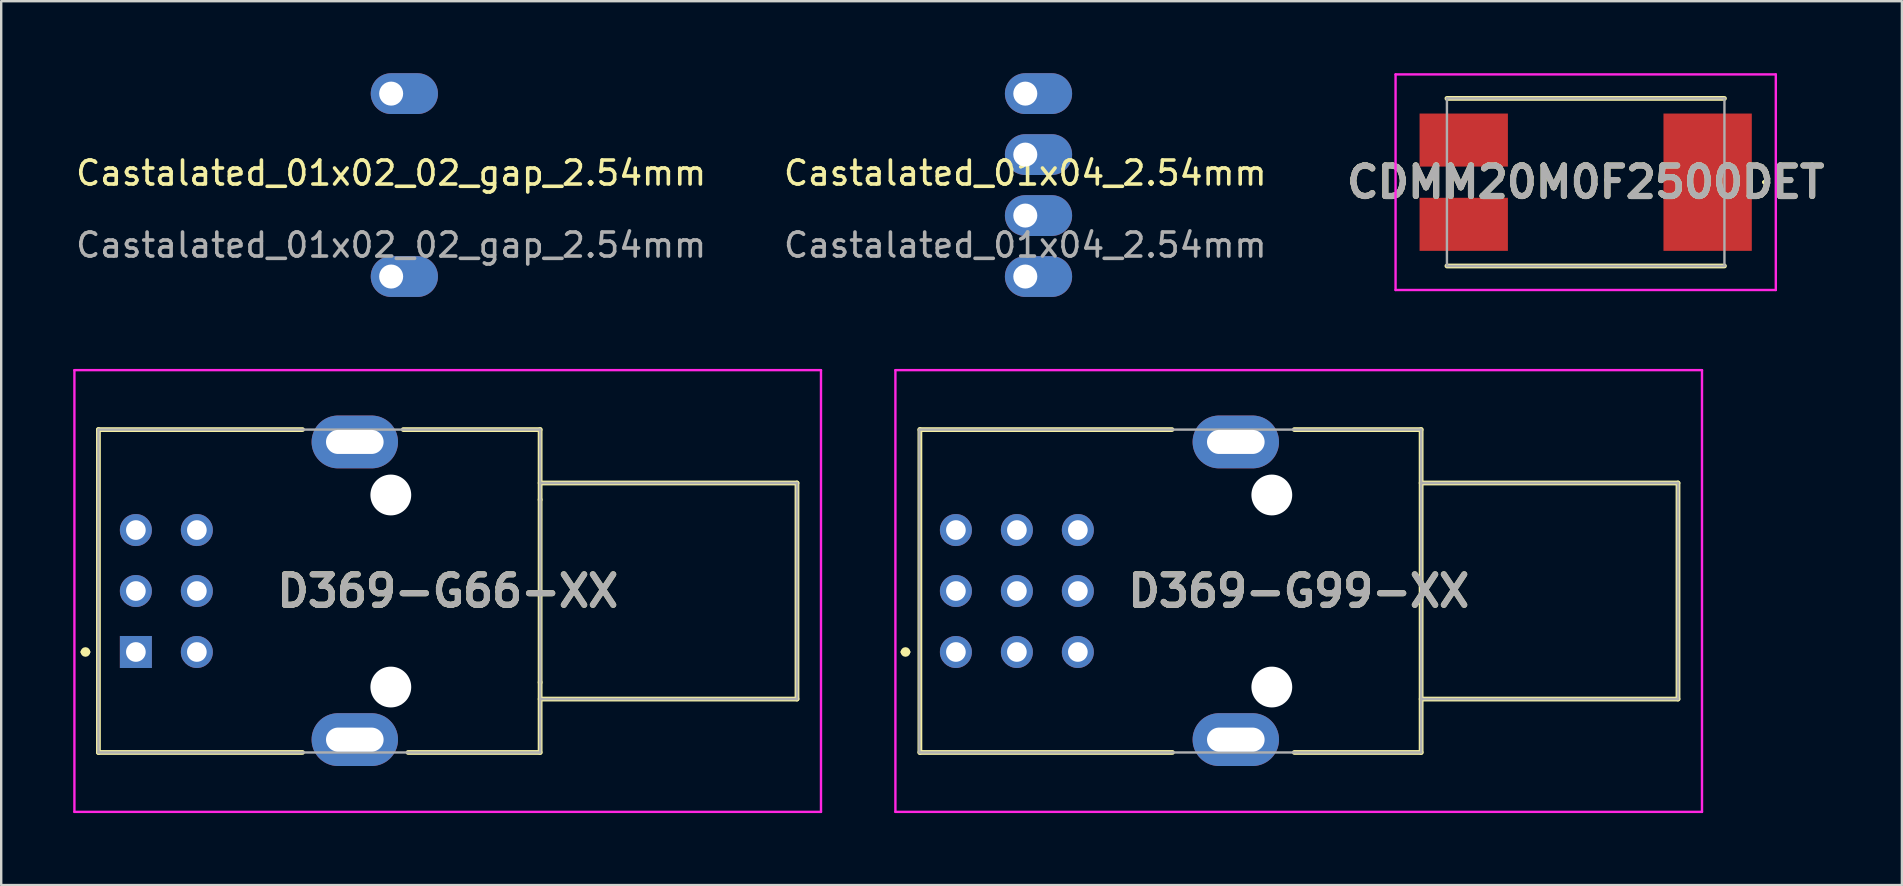
<source format=kicad_pcb>
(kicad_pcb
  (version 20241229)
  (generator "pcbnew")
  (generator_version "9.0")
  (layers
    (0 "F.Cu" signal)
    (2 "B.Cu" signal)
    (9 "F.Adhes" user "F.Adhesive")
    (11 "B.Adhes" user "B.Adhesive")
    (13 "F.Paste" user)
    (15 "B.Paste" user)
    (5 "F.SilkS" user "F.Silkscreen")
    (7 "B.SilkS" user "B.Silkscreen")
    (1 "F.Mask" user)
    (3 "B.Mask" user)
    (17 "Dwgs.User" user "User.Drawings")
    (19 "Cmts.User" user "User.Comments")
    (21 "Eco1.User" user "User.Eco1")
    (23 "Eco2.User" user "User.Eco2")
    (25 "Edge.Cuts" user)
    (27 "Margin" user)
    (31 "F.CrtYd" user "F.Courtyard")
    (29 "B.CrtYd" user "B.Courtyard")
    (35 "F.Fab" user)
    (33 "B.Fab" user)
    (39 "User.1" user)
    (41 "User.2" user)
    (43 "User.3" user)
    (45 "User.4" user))
  (footprint "D369-G66-XX"
    (layer "F.Cu")
    (at 2.61 24.11)
    (property "Reference" "D369-G66-XX" (at 12.99 -2.54 0) (layer "F.SilkS") (effects (font (size 1.27 1.27) (thickness 0.254))))
    (attr through_hole)
    (fp_line (start -2.2 0) (end -2.2 0) (stroke (width 0.2) (type solid)) (layer "F.SilkS"))
    (fp_line (start -2 0) (end -2 0) (stroke (width 0.2) (type solid)) (layer "F.SilkS"))
    (fp_line (start -1.56 -9.265) (end 6.94 -9.265) (stroke (width 0.2) (type solid)) (layer "F.SilkS"))
    (fp_line (start -1.56 4.185) (end -1.56 -9.265) (stroke (width 0.2) (type solid)) (layer "F.SilkS"))
    (fp_line (start 6.94 4.185) (end -1.56 4.185) (stroke (width 0.2) (type solid)) (layer "F.SilkS"))
    (fp_line (start 11.14 -9.265) (end 16.84 -9.265) (stroke (width 0.2) (type solid)) (layer "F.SilkS"))
    (fp_line (start 16.84 -9.265) (end 16.84 -6.34) (stroke (width 0.2) (type solid)) (layer "F.SilkS"))
    (fp_line (start 16.84 -7.04) (end 27.54 -7.04) (stroke (width 0.2) (type solid)) (layer "F.SilkS"))
    (fp_line (start 16.84 1.26) (end 16.84 4.185) (stroke (width 0.2) (type solid)) (layer "F.SilkS"))
    (fp_line (start 16.84 1.27) (end 16.84 -6.35) (stroke (width 0.2) (type solid)) (layer "F.SilkS"))
    (fp_line (start 16.84 4.185) (end 11.34 4.185) (stroke (width 0.2) (type solid)) (layer "F.SilkS"))
    (fp_line (start 27.54 -7.04) (end 27.54 1.96) (stroke (width 0.2) (type solid)) (layer "F.SilkS"))
    (fp_line (start 27.54 1.96) (end 16.84 1.96) (stroke (width 0.2) (type solid)) (layer "F.SilkS"))
    (fp_arc (start -2.2 0) (mid -2.1 -0.1) (end -2 0) (stroke (width 0.2) (type solid)) (layer "F.SilkS"))
    (fp_arc (start -2 0) (mid -2.1 0.1) (end -2.2 0) (stroke (width 0.2) (type solid)) (layer "F.SilkS"))
    (fp_line (start -2.56 -11.74) (end 28.54 -11.74) (stroke (width 0.1) (type solid)) (layer "F.CrtYd"))
    (fp_line (start -2.56 6.66) (end -2.56 -11.74) (stroke (width 0.1) (type solid)) (layer "F.CrtYd"))
    (fp_line (start 28.54 -11.74) (end 28.54 6.66) (stroke (width 0.1) (type solid)) (layer "F.CrtYd"))
    (fp_line (start 28.54 6.66) (end -2.56 6.66) (stroke (width 0.1) (type solid)) (layer "F.CrtYd"))
    (fp_line (start -1.56 -9.265) (end -1.56 4.185) (stroke (width 0.1) (type solid)) (layer "F.Fab"))
    (fp_line (start -1.56 4.185) (end 16.84 4.185) (stroke (width 0.1) (type solid)) (layer "F.Fab"))
    (fp_line (start 16.84 -9.265) (end -1.56 -9.265) (stroke (width 0.1) (type solid)) (layer "F.Fab"))
    (fp_line (start 16.84 -7.04) (end 27.54 -7.04) (stroke (width 0.1) (type solid)) (layer "F.Fab"))
    (fp_line (start 16.84 1.27) (end 16.84 -6.35) (stroke (width 0.1) (type solid)) (layer "F.Fab"))
    (fp_line (start 16.84 4.185) (end 16.84 -9.265) (stroke (width 0.1) (type solid)) (layer "F.Fab"))
    (fp_line (start 27.54 -7.04) (end 27.54 1.96) (stroke (width 0.1) (type solid)) (layer "F.Fab"))
    (fp_line (start 27.54 1.96) (end 16.84 1.96) (stroke (width 0.1) (type solid)) (layer "F.Fab"))
    (fp_text user "${REFERENCE}" (at 12.99 -2.54 0) (layer "F.Fab") (effects (font (size 1.27 1.27) (thickness 0.254))))
    (pad "" np_thru_hole circle (at 10.62 -6.54) (size 1.7 1.7) (drill 1.7) (layers "*.Cu" "*.Mask"))
    (pad "" np_thru_hole circle (at 10.62 1.46) (size 1.7 1.7) (drill 1.7) (layers "*.Cu" "*.Mask"))
    (pad "1" thru_hole rect (at 0 0) (size 1.333 1.333) (drill 0.82) (layers "*.Cu" "*.Mask"))
    (pad "2" thru_hole circle (at 0 -2.54) (size 1.333 1.333) (drill 0.82) (layers "*.Cu" "*.Mask"))
    (pad "3" thru_hole circle (at 0 -5.08) (size 1.333 1.333) (drill 0.82) (layers "*.Cu" "*.Mask"))
    (pad "4" thru_hole circle (at 2.54 -5.08) (size 1.333 1.333) (drill 0.82) (layers "*.Cu" "*.Mask"))
    (pad "5" thru_hole circle (at 2.54 -2.54) (size 1.333 1.333) (drill 0.82) (layers "*.Cu" "*.Mask"))
    (pad "6" thru_hole circle (at 2.54 0) (size 1.333 1.333) (drill 0.82) (layers "*.Cu" "*.Mask"))
    (pad "MH" thru_hole oval (at 9.12 -8.75) (size 3.6 2.2) (drill oval 2.4 1) (layers "*.Cu" "*.Mask"))
    (pad "MH" thru_hole oval (at 9.12 3.65) (size 3.6 2.2) (drill oval 2.4 1) (layers "*.Cu" "*.Mask")))
  (footprint "Castalated_01x02_02_gap_2.54mm"
    (layer "F.Cu")
    (at 13.244 4.66)
    (property "Reference" "Castalated_01x02_02_gap_2.54mm" (at 0 -0.5 0) (unlocked yes) (layer "F.SilkS") (effects (font (size 1 1) (thickness 0.15))))
    (attr through_hole)
    (fp_text user "${REFERENCE}" (at 0 2.5 0) (unlocked yes) (layer "F.Fab") (effects (font (size 1 1) (thickness 0.15))))
    (pad "1" thru_hole oval (at 0 -3.81) (size 2.8 1.7) (drill 1 (offset 0.55 0)) (layers "*.Cu" "*.Mask"))
    (pad "2" thru_hole oval (at 0 3.81) (size 2.8 1.7) (drill 1 (offset 0.55 0)) (layers "*.Cu" "*.Mask")))
  (footprint "Castalated_01x04_2.54mm"
    (layer "F.Cu")
    (at 39.661 4.66)
    (property "Reference" "Castalated_01x04_2.54mm" (at 0 -0.5 0) (unlocked yes) (layer "F.SilkS") (effects (font (size 1 1) (thickness 0.15))))
    (attr through_hole)
    (fp_text user "${REFERENCE}" (at 0 2.5 0) (unlocked yes) (layer "F.Fab") (effects (font (size 1 1) (thickness 0.15))))
    (pad "1" thru_hole oval (at 0 -3.81) (size 2.8 1.7) (drill 1 (offset 0.55 0)) (layers "*.Cu" "*.Mask"))
    (pad "2" thru_hole oval (at 0 -1.27) (size 2.8 1.7) (drill 1 (offset 0.55 0)) (layers "*.Cu" "*.Mask"))
    (pad "3" thru_hole oval (at 0 1.27) (size 2.8 1.7) (drill 1 (offset 0.55 0)) (layers "*.Cu" "*.Mask"))
    (pad "4" thru_hole oval (at 0 3.81) (size 2.8 1.7) (drill 1 (offset 0.55 0)) (layers "*.Cu" "*.Mask")))
  (footprint "D369-G99-XX"
    (layer "F.Cu")
    (at 36.77 24.11)
    (property "Reference" "D369-G99-XX" (at 14.28 -2.54 0) (layer "F.SilkS") (effects (font (size 1.27 1.27) (thickness 0.254))))
    (attr through_hole)
    (fp_line (start -2.2 0) (end -2.2 0) (stroke (width 0.2) (type solid)) (layer "F.SilkS"))
    (fp_line (start -2 0) (end -2 0) (stroke (width 0.2) (type solid)) (layer "F.SilkS"))
    (fp_line (start -1.5 -9.265) (end -1.5 4.185) (stroke (width 0.2) (type solid)) (layer "F.SilkS"))
    (fp_line (start 9 -9.265) (end -1.5 -9.265) (stroke (width 0.2) (type solid)) (layer "F.SilkS"))
    (fp_line (start 9.02 4.185) (end -1.5 4.185) (stroke (width 0.2) (type solid)) (layer "F.SilkS"))
    (fp_line (start 14.1 -9.265) (end 19.38 -9.265) (stroke (width 0.2) (type solid)) (layer "F.SilkS"))
    (fp_line (start 19.38 -9.265) (end 19.38 4.185) (stroke (width 0.2) (type solid)) (layer "F.SilkS"))
    (fp_line (start 19.38 -7.04) (end 30.08 -7.04) (stroke (width 0.2) (type solid)) (layer "F.SilkS"))
    (fp_line (start 19.38 4.185) (end 14.1 4.185) (stroke (width 0.2) (type solid)) (layer "F.SilkS"))
    (fp_line (start 30.08 -7.04) (end 30.08 1.96) (stroke (width 0.2) (type solid)) (layer "F.SilkS"))
    (fp_line (start 30.08 1.96) (end 19.38 1.96) (stroke (width 0.2) (type solid)) (layer "F.SilkS"))
    (fp_arc (start -2.2 0) (mid -2.1 -0.1) (end -2 0) (stroke (width 0.2) (type solid)) (layer "F.SilkS"))
    (fp_arc (start -2 0) (mid -2.1 0.1) (end -2.2 0) (stroke (width 0.2) (type solid)) (layer "F.SilkS"))
    (fp_line (start -2.52 -11.74) (end 31.08 -11.74) (stroke (width 0.1) (type solid)) (layer "F.CrtYd"))
    (fp_line (start -2.52 6.66) (end -2.52 -11.74) (stroke (width 0.1) (type solid)) (layer "F.CrtYd"))
    (fp_line (start 31.08 -11.74) (end 31.08 6.66) (stroke (width 0.1) (type solid)) (layer "F.CrtYd"))
    (fp_line (start 31.08 6.66) (end -2.52 6.66) (stroke (width 0.1) (type solid)) (layer "F.CrtYd"))
    (fp_line (start -1.52 -9.265) (end 19.38 -9.265) (stroke (width 0.1) (type solid)) (layer "F.Fab"))
    (fp_line (start -1.52 4.185) (end -1.52 -9.265) (stroke (width 0.1) (type solid)) (layer "F.Fab"))
    (fp_line (start 19.38 -9.265) (end 19.38 4.185) (stroke (width 0.1) (type solid)) (layer "F.Fab"))
    (fp_line (start 19.38 -7.04) (end 30.08 -7.04) (stroke (width 0.1) (type solid)) (layer "F.Fab"))
    (fp_line (start 19.38 4.185) (end -1.52 4.185) (stroke (width 0.1) (type solid)) (layer "F.Fab"))
    (fp_line (start 30.08 -7.04) (end 30.08 1.96) (stroke (width 0.1) (type solid)) (layer "F.Fab"))
    (fp_line (start 30.08 1.96) (end 19.38 1.96) (stroke (width 0.1) (type solid)) (layer "F.Fab"))
    (fp_text user "${REFERENCE}" (at 14.28 -2.54 0) (layer "F.Fab") (effects (font (size 1.27 1.27) (thickness 0.254))))
    (pad "" np_thru_hole circle (at 13.16 -6.54) (size 1.7 1.7) (drill 1.7) (layers "*.Cu" "*.Mask"))
    (pad "" np_thru_hole circle (at 13.16 1.46) (size 1.7 1.7) (drill 1.7) (layers "*.Cu" "*.Mask"))
    (pad "1" thru_hole circle (at 0 0) (size 1.333 1.333) (drill 0.82) (layers "*.Cu" "*.Mask"))
    (pad "2" thru_hole circle (at 0 -2.54) (size 1.333 1.333) (drill 0.82) (layers "*.Cu" "*.Mask"))
    (pad "3" thru_hole circle (at 0 -5.08) (size 1.333 1.333) (drill 0.82) (layers "*.Cu" "*.Mask"))
    (pad "4" thru_hole circle (at 2.54 0) (size 1.333 1.333) (drill 0.82) (layers "*.Cu" "*.Mask"))
    (pad "5" thru_hole circle (at 2.54 -2.54) (size 1.333 1.333) (drill 0.82) (layers "*.Cu" "*.Mask"))
    (pad "6" thru_hole circle (at 2.54 -5.08) (size 1.333 1.333) (drill 0.82) (layers "*.Cu" "*.Mask"))
    (pad "7" thru_hole circle (at 5.08 0) (size 1.333 1.333) (drill 0.82) (layers "*.Cu" "*.Mask"))
    (pad "8" thru_hole circle (at 5.08 -2.54) (size 1.333 1.333) (drill 0.82) (layers "*.Cu" "*.Mask"))
    (pad "9" thru_hole circle (at 5.08 -5.08) (size 1.333 1.333) (drill 0.82) (layers "*.Cu" "*.Mask"))
    (pad "MH" thru_hole oval (at 11.66 -8.75) (size 3.6 2.2) (drill oval 2.4 1) (layers "*.Cu" "*.Mask"))
    (pad "MH" thru_hole oval (at 11.66 3.65) (size 3.6 2.2) (drill oval 2.4 1) (layers "*.Cu" "*.Mask")))
  (footprint "CDMM20M0F2500DET"
    (layer "F.Cu")
    (at 63.005 4.54)
    (property "Reference" "CDMM20M0F2500DET" (at 0 0 0) (layer "F.SilkS") (effects (font (size 1.27 1.27) (thickness 0.254))))
    (attr smd)
    (fp_line (start -5.78 3.49) (end 5.78 3.49) (stroke (width 0.2) (type solid)) (layer "F.SilkS"))
    (fp_line (start 5.78 -3.49) (end -5.78 -3.49) (stroke (width 0.2) (type solid)) (layer "F.SilkS"))
    (fp_line (start 7.4 0) (end 7.4 0) (stroke (width 0.1) (type solid)) (layer "F.SilkS"))
    (fp_line (start 7.5 0) (end 7.5 0) (stroke (width 0.1) (type solid)) (layer "F.SilkS"))
    (fp_arc (start 7.4 0) (mid 7.45 -0.05) (end 7.5 0) (stroke (width 0.1) (type solid)) (layer "F.SilkS"))
    (fp_arc (start 7.5 0) (mid 7.45 0.05) (end 7.4 0) (stroke (width 0.1) (type solid)) (layer "F.SilkS"))
    (fp_line (start -7.92 -4.49) (end -7.92 4.49) (stroke (width 0.1) (type solid)) (layer "F.CrtYd"))
    (fp_line (start -7.92 4.49) (end 7.92 4.49) (stroke (width 0.1) (type solid)) (layer "F.CrtYd"))
    (fp_line (start 7.92 -4.49) (end -7.92 -4.49) (stroke (width 0.1) (type solid)) (layer "F.CrtYd"))
    (fp_line (start 7.92 4.49) (end 7.92 -4.49) (stroke (width 0.1) (type solid)) (layer "F.CrtYd"))
    (fp_line (start -5.78 -3.49) (end -5.78 3.49) (stroke (width 0.1) (type solid)) (layer "F.Fab"))
    (fp_line (start -5.78 3.49) (end 5.78 3.49) (stroke (width 0.1) (type solid)) (layer "F.Fab"))
    (fp_line (start 5.78 -3.49) (end -5.78 -3.49) (stroke (width 0.1) (type solid)) (layer "F.Fab"))
    (fp_line (start 5.78 3.49) (end 5.78 -3.49) (stroke (width 0.1) (type solid)) (layer "F.Fab"))
    (fp_text user "${REFERENCE}" (at 0 0 0) (layer "F.Fab") (effects (font (size 1.27 1.27) (thickness 0.254))))
    (pad "1" smd rect (at 5.08 0) (size 3.68 5.72) (layers "F.Cu" "F.Mask" "F.Paste"))
    (pad "2" smd rect (at -5.08 -1.755 90) (size 2.21 3.68) (layers "F.Cu" "F.Mask" "F.Paste"))
    (pad "3" smd rect (at -5.08 1.755 90) (size 2.21 3.68) (layers "F.Cu" "F.Mask" "F.Paste")))
  (gr_rect
    (start -3 -3)
    (end 76.178 33.82)
    (stroke (width 0.1) (type default))
    (fill no)
    (layer "Edge.Cuts")))
</source>
